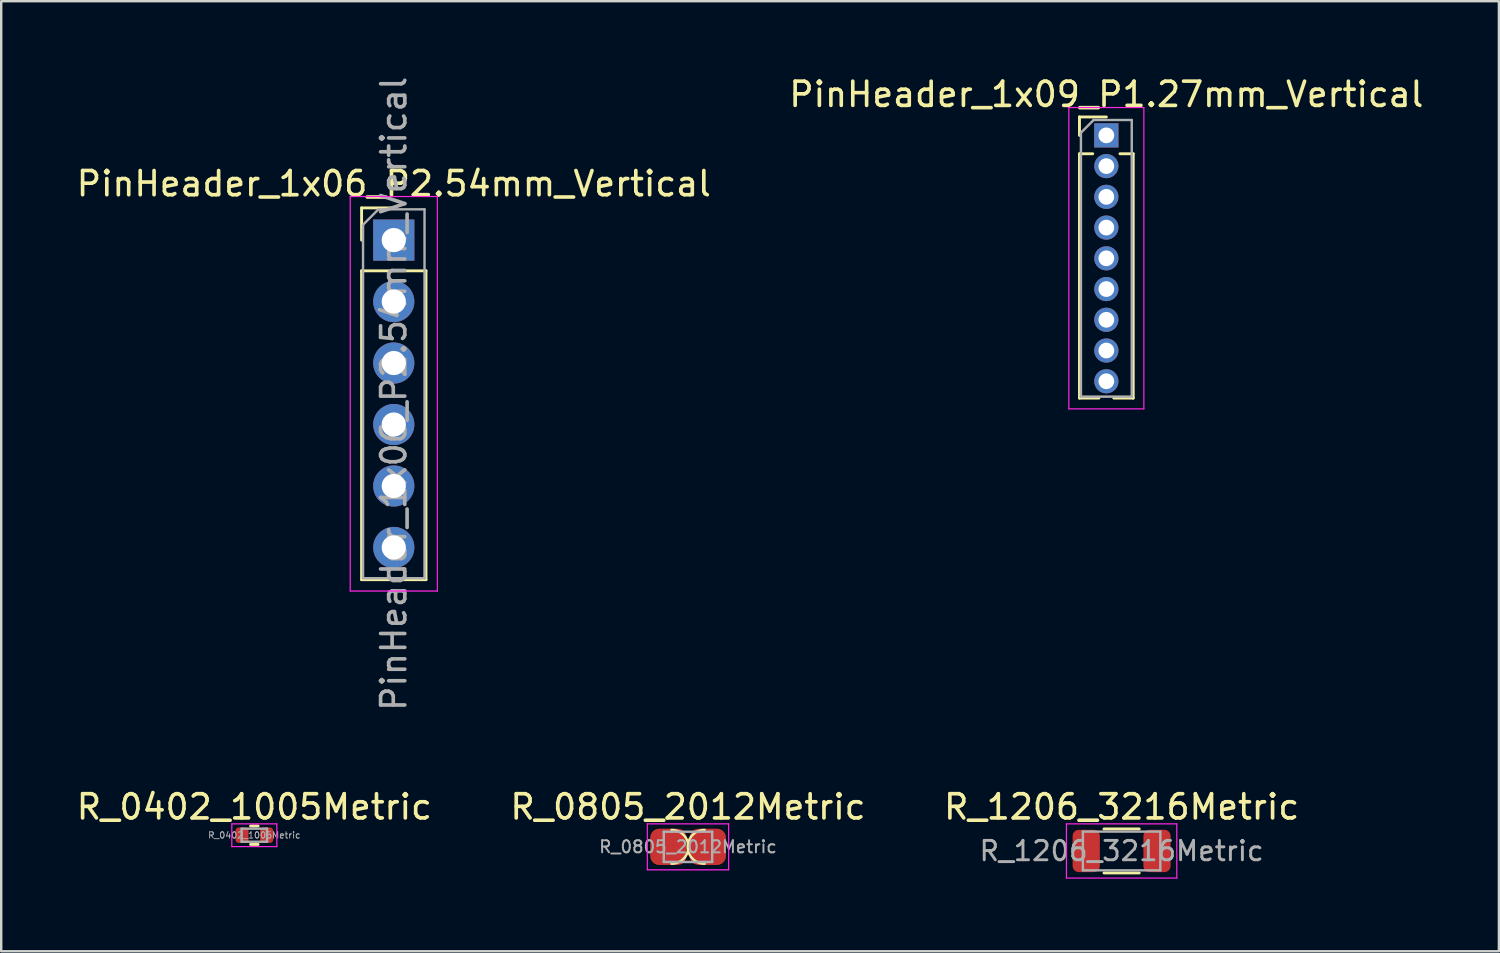
<source format=kicad_pcb>
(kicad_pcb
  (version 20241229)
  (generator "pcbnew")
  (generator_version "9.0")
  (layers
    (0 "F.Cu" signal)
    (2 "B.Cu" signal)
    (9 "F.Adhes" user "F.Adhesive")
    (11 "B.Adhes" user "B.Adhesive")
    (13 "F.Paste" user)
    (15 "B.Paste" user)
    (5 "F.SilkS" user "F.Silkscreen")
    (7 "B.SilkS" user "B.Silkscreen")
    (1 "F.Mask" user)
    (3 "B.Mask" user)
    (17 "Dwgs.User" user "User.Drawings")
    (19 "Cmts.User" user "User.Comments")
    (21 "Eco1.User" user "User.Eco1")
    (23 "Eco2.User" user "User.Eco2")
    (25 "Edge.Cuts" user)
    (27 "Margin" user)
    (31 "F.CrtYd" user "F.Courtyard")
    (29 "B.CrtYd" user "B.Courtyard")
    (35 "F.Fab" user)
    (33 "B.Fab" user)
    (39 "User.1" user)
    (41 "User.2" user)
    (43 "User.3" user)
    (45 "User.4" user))
  (footprint "PinHeader_1x09_P1.27mm_Vertical"
    (layer "F.Cu")
    (at 42.661 2.543)
    (property "Reference" "PinHeader_1x09_P1.27mm_Vertical" (at 0 -1.695 0) (layer "F.SilkS") (effects (font (size 1 1) (thickness 0.15))))
    (attr through_hole exclude_from_bom)
    (fp_line (start -1.11 -0.76) (end 0 -0.76) (stroke (width 0.12) (type solid)) (layer "F.SilkS"))
    (fp_line (start -1.11 0) (end -1.11 -0.76) (stroke (width 0.12) (type solid)) (layer "F.SilkS"))
    (fp_line (start -1.11 0.76) (end -1.11 10.855) (stroke (width 0.12) (type solid)) (layer "F.SilkS"))
    (fp_line (start -1.11 0.76) (end -0.563 0.76) (stroke (width 0.12) (type solid)) (layer "F.SilkS"))
    (fp_line (start -1.11 10.855) (end -0.308 10.855) (stroke (width 0.12) (type solid)) (layer "F.SilkS"))
    (fp_line (start 0.308 10.855) (end 1.11 10.855) (stroke (width 0.12) (type solid)) (layer "F.SilkS"))
    (fp_line (start 0.563 0.76) (end 1.11 0.76) (stroke (width 0.12) (type solid)) (layer "F.SilkS"))
    (fp_line (start 1.11 0.76) (end 1.11 10.855) (stroke (width 0.12) (type solid)) (layer "F.SilkS"))
    (fp_line (start -1.55 -1.15) (end -1.55 11.3) (stroke (width 0.05) (type solid)) (layer "F.CrtYd"))
    (fp_line (start -1.55 11.3) (end 1.55 11.3) (stroke (width 0.05) (type solid)) (layer "F.CrtYd"))
    (fp_line (start 1.55 -1.15) (end -1.55 -1.15) (stroke (width 0.05) (type solid)) (layer "F.CrtYd"))
    (fp_line (start 1.55 11.3) (end 1.55 -1.15) (stroke (width 0.05) (type solid)) (layer "F.CrtYd"))
    (fp_line (start -1.05 -0.11) (end -0.525 -0.635) (stroke (width 0.1) (type solid)) (layer "F.Fab"))
    (fp_line (start -1.05 10.795) (end -1.05 -0.11) (stroke (width 0.1) (type solid)) (layer "F.Fab"))
    (fp_line (start -0.525 -0.635) (end 1.05 -0.635) (stroke (width 0.1) (type solid)) (layer "F.Fab"))
    (fp_line (start 1.05 -0.635) (end 1.05 10.795) (stroke (width 0.1) (type solid)) (layer "F.Fab"))
    (fp_line (start 1.05 10.795) (end -1.05 10.795) (stroke (width 0.1) (type solid)) (layer "F.Fab"))
    (pad "1" thru_hole rect (at 0 0) (size 1 1) (drill 0.65) (layers "*.Cu" "*.Mask"))
    (pad "2" thru_hole oval (at 0 1.27) (size 1 1) (drill 0.65) (layers "*.Cu" "*.Mask"))
    (pad "3" thru_hole oval (at 0 2.54) (size 1 1) (drill 0.65) (layers "*.Cu" "*.Mask"))
    (pad "4" thru_hole oval (at 0 3.81) (size 1 1) (drill 0.65) (layers "*.Cu" "*.Mask"))
    (pad "5" thru_hole oval (at 0 5.08) (size 1 1) (drill 0.65) (layers "*.Cu" "*.Mask"))
    (pad "6" thru_hole oval (at 0 6.35) (size 1 1) (drill 0.65) (layers "*.Cu" "*.Mask"))
    (pad "7" thru_hole oval (at 0 7.62) (size 1 1) (drill 0.65) (layers "*.Cu" "*.Mask"))
    (pad "8" thru_hole oval (at 0 8.89) (size 1 1) (drill 0.65) (layers "*.Cu" "*.Mask"))
    (pad "9" thru_hole oval (at 0 10.16) (size 1 1) (drill 0.65) (layers "*.Cu" "*.Mask")))
  (footprint "PinHeader_1x06_P2.54mm_Vertical"
    (layer "F.Cu")
    (at 13.22 6.87)
    (property "Reference" "PinHeader_1x06_P2.54mm_Vertical" (at 0 -2.33 180) (layer "F.SilkS") (effects (font (size 1 1) (thickness 0.15))))
    (attr through_hole)
    (fp_line (start -1.33 -1.33) (end 0 -1.33) (stroke (width 0.12) (type solid)) (layer "F.SilkS"))
    (fp_line (start -1.33 0) (end -1.33 -1.33) (stroke (width 0.12) (type solid)) (layer "F.SilkS"))
    (fp_line (start -1.33 1.27) (end -1.33 14.03) (stroke (width 0.12) (type solid)) (layer "F.SilkS"))
    (fp_line (start -1.33 1.27) (end 1.33 1.27) (stroke (width 0.12) (type solid)) (layer "F.SilkS"))
    (fp_line (start -1.33 14.03) (end 1.33 14.03) (stroke (width 0.12) (type solid)) (layer "F.SilkS"))
    (fp_line (start 1.33 1.27) (end 1.33 14.03) (stroke (width 0.12) (type solid)) (layer "F.SilkS"))
    (fp_line (start -1.8 -1.8) (end -1.8 14.5) (stroke (width 0.05) (type solid)) (layer "F.CrtYd"))
    (fp_line (start -1.8 14.5) (end 1.8 14.5) (stroke (width 0.05) (type solid)) (layer "F.CrtYd"))
    (fp_line (start 1.8 -1.8) (end -1.8 -1.8) (stroke (width 0.05) (type solid)) (layer "F.CrtYd"))
    (fp_line (start 1.8 14.5) (end 1.8 -1.8) (stroke (width 0.05) (type solid)) (layer "F.CrtYd"))
    (fp_line (start -1.27 -0.635) (end -0.635 -1.27) (stroke (width 0.1) (type solid)) (layer "F.Fab"))
    (fp_line (start -1.27 13.97) (end -1.27 -0.635) (stroke (width 0.1) (type solid)) (layer "F.Fab"))
    (fp_line (start -0.635 -1.27) (end 1.27 -1.27) (stroke (width 0.1) (type solid)) (layer "F.Fab"))
    (fp_line (start 1.27 -1.27) (end 1.27 13.97) (stroke (width 0.1) (type solid)) (layer "F.Fab"))
    (fp_line (start 1.27 13.97) (end -1.27 13.97) (stroke (width 0.1) (type solid)) (layer "F.Fab"))
    (fp_text user "${REFERENCE}" (at 0 6.35 90) (layer "F.Fab") (effects (font (size 1 1) (thickness 0.15))))
    (pad "1" thru_hole rect (at 0 0) (size 1.7 1.7) (drill 1) (layers "*.Cu" "*.Mask"))
    (pad "2" thru_hole oval (at 0 2.54) (size 1.7 1.7) (drill 1) (layers "*.Cu" "*.Mask"))
    (pad "3" thru_hole oval (at 0 5.08) (size 1.7 1.7) (drill 1) (layers "*.Cu" "*.Mask"))
    (pad "4" thru_hole oval (at 0 7.62) (size 1.7 1.7) (drill 1) (layers "*.Cu" "*.Mask"))
    (pad "5" thru_hole oval (at 0 10.16) (size 1.7 1.7) (drill 1) (layers "*.Cu" "*.Mask"))
    (pad "6" thru_hole oval (at 0 12.7) (size 1.7 1.7) (drill 1) (layers "*.Cu" "*.Mask")))
  (footprint "R_0805_2012Metric"
    (layer "F.Cu")
    (at 25.375 31.939)
    (property "Reference" "R_0805_2012Metric" (at 0 -1.65 180) (layer "F.SilkS") (effects (font (size 1 1) (thickness 0.15))))
    (attr smd)
    (fp_arc (start -0.68 -0.7) (mid 0.02 0) (end -0.68 0.7) (stroke (width 0.1) (type default)) (layer "F.SilkS"))
    (fp_arc (start 0.69 0.7) (mid -0.01 0) (end 0.69 -0.7) (stroke (width 0.1) (type default)) (layer "F.SilkS"))
    (fp_line (start -1.68 -0.95) (end 1.68 -0.95) (stroke (width 0.05) (type solid)) (layer "F.CrtYd"))
    (fp_line (start -1.68 0.95) (end -1.68 -0.95) (stroke (width 0.05) (type solid)) (layer "F.CrtYd"))
    (fp_line (start 1.68 -0.95) (end 1.68 0.95) (stroke (width 0.05) (type solid)) (layer "F.CrtYd"))
    (fp_line (start 1.68 0.95) (end -1.68 0.95) (stroke (width 0.05) (type solid)) (layer "F.CrtYd"))
    (fp_line (start -1 -0.625) (end 1 -0.625) (stroke (width 0.1) (type solid)) (layer "F.Fab"))
    (fp_line (start -1 0.625) (end -1 -0.625) (stroke (width 0.1) (type solid)) (layer "F.Fab"))
    (fp_line (start 1 -0.625) (end 1 0.625) (stroke (width 0.1) (type solid)) (layer "F.Fab"))
    (fp_line (start 1 0.625) (end -1 0.625) (stroke (width 0.1) (type solid)) (layer "F.Fab"))
    (fp_text user "${REFERENCE}" (at 0 0 180) (layer "F.Fab") (effects (font (size 0.5 0.5) (thickness 0.08))))
    (pad "1" smd roundrect (at -0.81 0) (size 1.5 1.5) (layers "F.Cu" "F.Mask" "F.Paste") (roundrect_rratio 0.244))
    (pad "2" smd roundrect (at 0.82 0) (size 1.5 1.5) (layers "F.Cu" "F.Mask" "F.Paste") (roundrect_rratio 0.244)))
  (footprint "R_0402_1005Metric"
    (layer "F.Cu")
    (at 7.458 31.459)
    (property "Reference" "R_0402_1005Metric" (at 0 -1.17 0) (layer "F.SilkS") (effects (font (size 1 1) (thickness 0.15))))
    (attr smd)
    (fp_line (start -0.154 -0.38) (end 0.154 -0.38) (stroke (width 0.12) (type solid)) (layer "F.SilkS"))
    (fp_line (start -0.154 0.38) (end 0.154 0.38) (stroke (width 0.12) (type solid)) (layer "F.SilkS"))
    (fp_line (start -0.93 -0.47) (end 0.93 -0.47) (stroke (width 0.05) (type solid)) (layer "F.CrtYd"))
    (fp_line (start -0.93 0.47) (end -0.93 -0.47) (stroke (width 0.05) (type solid)) (layer "F.CrtYd"))
    (fp_line (start 0.93 -0.47) (end 0.93 0.47) (stroke (width 0.05) (type solid)) (layer "F.CrtYd"))
    (fp_line (start 0.93 0.47) (end -0.93 0.47) (stroke (width 0.05) (type solid)) (layer "F.CrtYd"))
    (fp_line (start -0.525 -0.27) (end 0.525 -0.27) (stroke (width 0.1) (type solid)) (layer "F.Fab"))
    (fp_line (start -0.525 0.27) (end -0.525 -0.27) (stroke (width 0.1) (type solid)) (layer "F.Fab"))
    (fp_line (start 0.525 -0.27) (end 0.525 0.27) (stroke (width 0.1) (type solid)) (layer "F.Fab"))
    (fp_line (start 0.525 0.27) (end -0.525 0.27) (stroke (width 0.1) (type solid)) (layer "F.Fab"))
    (fp_text user "${REFERENCE}" (at 0 0 0) (layer "F.Fab") (effects (font (size 0.26 0.26) (thickness 0.04))))
    (pad "1" smd roundrect (at -0.51 0) (size 0.54 0.64) (layers "F.Cu" "F.Mask" "F.Paste") (roundrect_rratio 0.25))
    (pad "2" smd roundrect (at 0.51 0) (size 0.54 0.64) (layers "F.Cu" "F.Mask" "F.Paste") (roundrect_rratio 0.25)))
  (footprint "R_1206_3216Metric"
    (layer "F.Cu")
    (at 43.292 32.109)
    (property "Reference" "R_1206_3216Metric" (at 0 -1.82 180) (layer "F.SilkS") (effects (font (size 1 1) (thickness 0.15))))
    (attr smd)
    (fp_line (start -0.727 -0.91) (end 0.727 -0.91) (stroke (width 0.12) (type solid)) (layer "F.SilkS"))
    (fp_line (start -0.727 0.91) (end 0.727 0.91) (stroke (width 0.12) (type solid)) (layer "F.SilkS"))
    (fp_line (start -2.28 -1.12) (end 2.28 -1.12) (stroke (width 0.05) (type solid)) (layer "F.CrtYd"))
    (fp_line (start -2.28 1.12) (end -2.28 -1.12) (stroke (width 0.05) (type solid)) (layer "F.CrtYd"))
    (fp_line (start 2.28 -1.12) (end 2.28 1.12) (stroke (width 0.05) (type solid)) (layer "F.CrtYd"))
    (fp_line (start 2.28 1.12) (end -2.28 1.12) (stroke (width 0.05) (type solid)) (layer "F.CrtYd"))
    (fp_line (start -1.6 -0.8) (end 1.6 -0.8) (stroke (width 0.1) (type solid)) (layer "F.Fab"))
    (fp_line (start -1.6 0.8) (end -1.6 -0.8) (stroke (width 0.1) (type solid)) (layer "F.Fab"))
    (fp_line (start 1.6 -0.8) (end 1.6 0.8) (stroke (width 0.1) (type solid)) (layer "F.Fab"))
    (fp_line (start 1.6 0.8) (end -1.6 0.8) (stroke (width 0.1) (type solid)) (layer "F.Fab"))
    (fp_text user "${REFERENCE}" (at 0 0 180) (layer "F.Fab") (effects (font (size 0.8 0.8) (thickness 0.12))))
    (pad "1" smd roundrect (at -1.462 0) (size 1.125 1.75) (layers "F.Cu" "F.Mask" "F.Paste") (roundrect_rratio 0.222))
    (pad "2" smd roundrect (at 1.462 0) (size 1.125 1.75) (layers "F.Cu" "F.Mask" "F.Paste") (roundrect_rratio 0.222)))
  (gr_rect
    (start -3 -3)
    (end 58.881 36.254)
    (stroke (width 0.1) (type default))
    (fill no)
    (layer "Edge.Cuts")))
</source>
